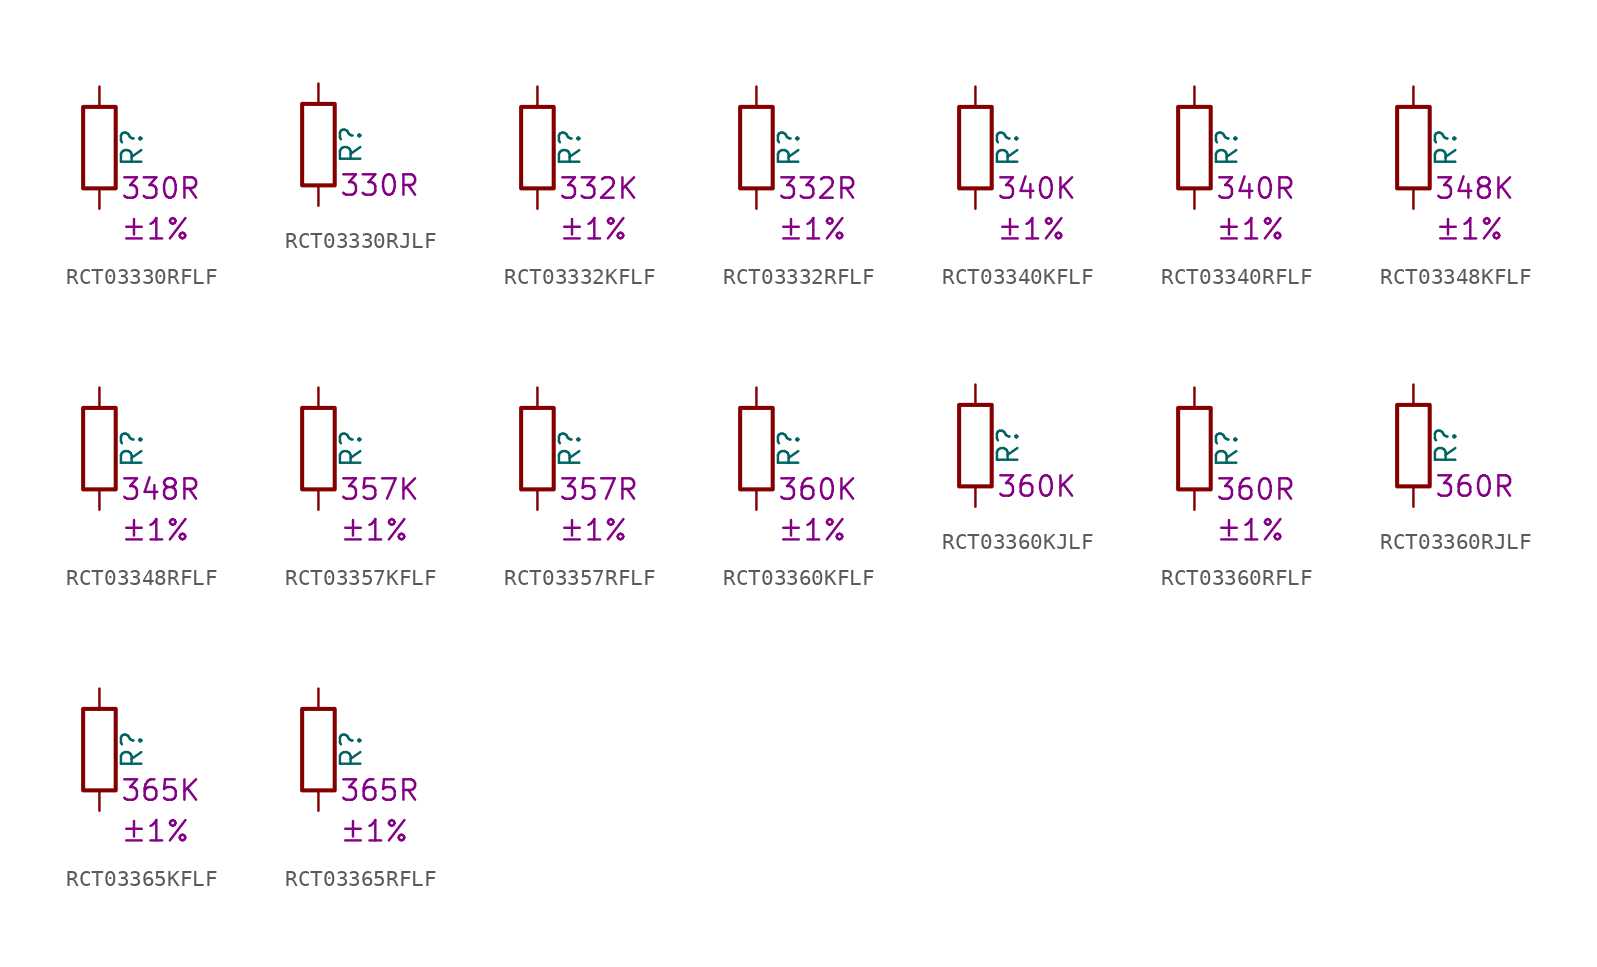
<source format=kicad_sym>
(kicad_symbol_lib
  (version 20220914)
  (generator kicad_symbol_editor)
  (symbol "RCT03330RFLF"
    (pin_numbers hide)
    (pin_names
      (offset 0))
    (property "Reference" "R"
      (at 2.032 0 90)
      (effects (font (size 1.27 1.27))))
    (property "Resistance" "330R"
      (at 1.27 -2.54 0)
      (effects (font (size 1.27 1.27)) (justify left)))
    (property "Tolerance" "±1%"
      (at 1.27 -5.08 0)
      (effects (font (size 1.27 1.27)) (justify left)))
    (symbol "RCT03330RFLF_0_1"
      (rectangle (start -1.016 -2.54) (end 1.016 2.54) (stroke (width 0.254) (type default)) (fill (type none))))
    (symbol "RCT03330RFLF_1_1"
      (pin passive line (at 0 3.81 270) (length 1.27) (name "~" (effects (font (size 1.27 1.27)))) (number "1" (effects (font (size 1.27 1.27)))))
      (pin passive line (at 0 -3.81 90) (length 1.27) (name "~" (effects (font (size 1.27 1.27)))) (number "2" (effects (font (size 1.27 1.27)))))))
  (symbol "RCT03330RJLF"
    (pin_numbers hide)
    (pin_names
      (offset 0))
    (property "Reference" "R"
      (at 2.032 0 90)
      (effects (font (size 1.27 1.27))))
    (property "Resistance" "330R"
      (at 1.27 -2.54 0)
      (effects (font (size 1.27 1.27)) (justify left)))
    (symbol "RCT03330RJLF_0_1"
      (rectangle (start -1.016 -2.54) (end 1.016 2.54) (stroke (width 0.254) (type default)) (fill (type none))))
    (symbol "RCT03330RJLF_1_1"
      (pin passive line (at 0 3.81 270) (length 1.27) (name "~" (effects (font (size 1.27 1.27)))) (number "1" (effects (font (size 1.27 1.27)))))
      (pin passive line (at 0 -3.81 90) (length 1.27) (name "~" (effects (font (size 1.27 1.27)))) (number "2" (effects (font (size 1.27 1.27)))))))
  (symbol "RCT03332KFLF"
    (pin_numbers hide)
    (pin_names
      (offset 0))
    (property "Reference" "R"
      (at 2.032 0 90)
      (effects (font (size 1.27 1.27))))
    (property "Resistance" "332K"
      (at 1.27 -2.54 0)
      (effects (font (size 1.27 1.27)) (justify left)))
    (property "Tolerance" "±1%"
      (at 1.27 -5.08 0)
      (effects (font (size 1.27 1.27)) (justify left)))
    (symbol "RCT03332KFLF_0_1"
      (rectangle (start -1.016 -2.54) (end 1.016 2.54) (stroke (width 0.254) (type default)) (fill (type none))))
    (symbol "RCT03332KFLF_1_1"
      (pin passive line (at 0 3.81 270) (length 1.27) (name "~" (effects (font (size 1.27 1.27)))) (number "1" (effects (font (size 1.27 1.27)))))
      (pin passive line (at 0 -3.81 90) (length 1.27) (name "~" (effects (font (size 1.27 1.27)))) (number "2" (effects (font (size 1.27 1.27)))))))
  (symbol "RCT03332RFLF"
    (pin_numbers hide)
    (pin_names
      (offset 0))
    (property "Reference" "R"
      (at 2.032 0 90)
      (effects (font (size 1.27 1.27))))
    (property "Resistance" "332R"
      (at 1.27 -2.54 0)
      (effects (font (size 1.27 1.27)) (justify left)))
    (property "Tolerance" "±1%"
      (at 1.27 -5.08 0)
      (effects (font (size 1.27 1.27)) (justify left)))
    (symbol "RCT03332RFLF_0_1"
      (rectangle (start -1.016 -2.54) (end 1.016 2.54) (stroke (width 0.254) (type default)) (fill (type none))))
    (symbol "RCT03332RFLF_1_1"
      (pin passive line (at 0 3.81 270) (length 1.27) (name "~" (effects (font (size 1.27 1.27)))) (number "1" (effects (font (size 1.27 1.27)))))
      (pin passive line (at 0 -3.81 90) (length 1.27) (name "~" (effects (font (size 1.27 1.27)))) (number "2" (effects (font (size 1.27 1.27)))))))
  (symbol "RCT03340KFLF"
    (pin_numbers hide)
    (pin_names
      (offset 0))
    (property "Reference" "R"
      (at 2.032 0 90)
      (effects (font (size 1.27 1.27))))
    (property "Resistance" "340K"
      (at 1.27 -2.54 0)
      (effects (font (size 1.27 1.27)) (justify left)))
    (property "Tolerance" "±1%"
      (at 1.27 -5.08 0)
      (effects (font (size 1.27 1.27)) (justify left)))
    (symbol "RCT03340KFLF_0_1"
      (rectangle (start -1.016 -2.54) (end 1.016 2.54) (stroke (width 0.254) (type default)) (fill (type none))))
    (symbol "RCT03340KFLF_1_1"
      (pin passive line (at 0 3.81 270) (length 1.27) (name "~" (effects (font (size 1.27 1.27)))) (number "1" (effects (font (size 1.27 1.27)))))
      (pin passive line (at 0 -3.81 90) (length 1.27) (name "~" (effects (font (size 1.27 1.27)))) (number "2" (effects (font (size 1.27 1.27)))))))
  (symbol "RCT03340RFLF"
    (pin_numbers hide)
    (pin_names
      (offset 0))
    (property "Reference" "R"
      (at 2.032 0 90)
      (effects (font (size 1.27 1.27))))
    (property "Resistance" "340R"
      (at 1.27 -2.54 0)
      (effects (font (size 1.27 1.27)) (justify left)))
    (property "Tolerance" "±1%"
      (at 1.27 -5.08 0)
      (effects (font (size 1.27 1.27)) (justify left)))
    (symbol "RCT03340RFLF_0_1"
      (rectangle (start -1.016 -2.54) (end 1.016 2.54) (stroke (width 0.254) (type default)) (fill (type none))))
    (symbol "RCT03340RFLF_1_1"
      (pin passive line (at 0 3.81 270) (length 1.27) (name "~" (effects (font (size 1.27 1.27)))) (number "1" (effects (font (size 1.27 1.27)))))
      (pin passive line (at 0 -3.81 90) (length 1.27) (name "~" (effects (font (size 1.27 1.27)))) (number "2" (effects (font (size 1.27 1.27)))))))
  (symbol "RCT03348KFLF"
    (pin_numbers hide)
    (pin_names
      (offset 0))
    (property "Reference" "R"
      (at 2.032 0 90)
      (effects (font (size 1.27 1.27))))
    (property "Resistance" "348K"
      (at 1.27 -2.54 0)
      (effects (font (size 1.27 1.27)) (justify left)))
    (property "Tolerance" "±1%"
      (at 1.27 -5.08 0)
      (effects (font (size 1.27 1.27)) (justify left)))
    (symbol "RCT03348KFLF_0_1"
      (rectangle (start -1.016 -2.54) (end 1.016 2.54) (stroke (width 0.254) (type default)) (fill (type none))))
    (symbol "RCT03348KFLF_1_1"
      (pin passive line (at 0 3.81 270) (length 1.27) (name "~" (effects (font (size 1.27 1.27)))) (number "1" (effects (font (size 1.27 1.27)))))
      (pin passive line (at 0 -3.81 90) (length 1.27) (name "~" (effects (font (size 1.27 1.27)))) (number "2" (effects (font (size 1.27 1.27)))))))
  (symbol "RCT03348RFLF"
    (pin_numbers hide)
    (pin_names
      (offset 0))
    (property "Reference" "R"
      (at 2.032 0 90)
      (effects (font (size 1.27 1.27))))
    (property "Resistance" "348R"
      (at 1.27 -2.54 0)
      (effects (font (size 1.27 1.27)) (justify left)))
    (property "Tolerance" "±1%"
      (at 1.27 -5.08 0)
      (effects (font (size 1.27 1.27)) (justify left)))
    (symbol "RCT03348RFLF_0_1"
      (rectangle (start -1.016 -2.54) (end 1.016 2.54) (stroke (width 0.254) (type default)) (fill (type none))))
    (symbol "RCT03348RFLF_1_1"
      (pin passive line (at 0 3.81 270) (length 1.27) (name "~" (effects (font (size 1.27 1.27)))) (number "1" (effects (font (size 1.27 1.27)))))
      (pin passive line (at 0 -3.81 90) (length 1.27) (name "~" (effects (font (size 1.27 1.27)))) (number "2" (effects (font (size 1.27 1.27)))))))
  (symbol "RCT03357KFLF"
    (pin_numbers hide)
    (pin_names
      (offset 0))
    (property "Reference" "R"
      (at 2.032 0 90)
      (effects (font (size 1.27 1.27))))
    (property "Resistance" "357K"
      (at 1.27 -2.54 0)
      (effects (font (size 1.27 1.27)) (justify left)))
    (property "Tolerance" "±1%"
      (at 1.27 -5.08 0)
      (effects (font (size 1.27 1.27)) (justify left)))
    (symbol "RCT03357KFLF_0_1"
      (rectangle (start -1.016 -2.54) (end 1.016 2.54) (stroke (width 0.254) (type default)) (fill (type none))))
    (symbol "RCT03357KFLF_1_1"
      (pin passive line (at 0 3.81 270) (length 1.27) (name "~" (effects (font (size 1.27 1.27)))) (number "1" (effects (font (size 1.27 1.27)))))
      (pin passive line (at 0 -3.81 90) (length 1.27) (name "~" (effects (font (size 1.27 1.27)))) (number "2" (effects (font (size 1.27 1.27)))))))
  (symbol "RCT03357RFLF"
    (pin_numbers hide)
    (pin_names
      (offset 0))
    (property "Reference" "R"
      (at 2.032 0 90)
      (effects (font (size 1.27 1.27))))
    (property "Resistance" "357R"
      (at 1.27 -2.54 0)
      (effects (font (size 1.27 1.27)) (justify left)))
    (property "Tolerance" "±1%"
      (at 1.27 -5.08 0)
      (effects (font (size 1.27 1.27)) (justify left)))
    (symbol "RCT03357RFLF_0_1"
      (rectangle (start -1.016 -2.54) (end 1.016 2.54) (stroke (width 0.254) (type default)) (fill (type none))))
    (symbol "RCT03357RFLF_1_1"
      (pin passive line (at 0 3.81 270) (length 1.27) (name "~" (effects (font (size 1.27 1.27)))) (number "1" (effects (font (size 1.27 1.27)))))
      (pin passive line (at 0 -3.81 90) (length 1.27) (name "~" (effects (font (size 1.27 1.27)))) (number "2" (effects (font (size 1.27 1.27)))))))
  (symbol "RCT03360KFLF"
    (pin_numbers hide)
    (pin_names
      (offset 0))
    (property "Reference" "R"
      (at 2.032 0 90)
      (effects (font (size 1.27 1.27))))
    (property "Resistance" "360K"
      (at 1.27 -2.54 0)
      (effects (font (size 1.27 1.27)) (justify left)))
    (property "Tolerance" "±1%"
      (at 1.27 -5.08 0)
      (effects (font (size 1.27 1.27)) (justify left)))
    (symbol "RCT03360KFLF_0_1"
      (rectangle (start -1.016 -2.54) (end 1.016 2.54) (stroke (width 0.254) (type default)) (fill (type none))))
    (symbol "RCT03360KFLF_1_1"
      (pin passive line (at 0 3.81 270) (length 1.27) (name "~" (effects (font (size 1.27 1.27)))) (number "1" (effects (font (size 1.27 1.27)))))
      (pin passive line (at 0 -3.81 90) (length 1.27) (name "~" (effects (font (size 1.27 1.27)))) (number "2" (effects (font (size 1.27 1.27)))))))
  (symbol "RCT03360KJLF"
    (pin_numbers hide)
    (pin_names
      (offset 0))
    (property "Reference" "R"
      (at 2.032 0 90)
      (effects (font (size 1.27 1.27))))
    (property "Resistance" "360K"
      (at 1.27 -2.54 0)
      (effects (font (size 1.27 1.27)) (justify left)))
    (symbol "RCT03360KJLF_0_1"
      (rectangle (start -1.016 -2.54) (end 1.016 2.54) (stroke (width 0.254) (type default)) (fill (type none))))
    (symbol "RCT03360KJLF_1_1"
      (pin passive line (at 0 3.81 270) (length 1.27) (name "~" (effects (font (size 1.27 1.27)))) (number "1" (effects (font (size 1.27 1.27)))))
      (pin passive line (at 0 -3.81 90) (length 1.27) (name "~" (effects (font (size 1.27 1.27)))) (number "2" (effects (font (size 1.27 1.27)))))))
  (symbol "RCT03360RFLF"
    (pin_numbers hide)
    (pin_names
      (offset 0))
    (property "Reference" "R"
      (at 2.032 0 90)
      (effects (font (size 1.27 1.27))))
    (property "Resistance" "360R"
      (at 1.27 -2.54 0)
      (effects (font (size 1.27 1.27)) (justify left)))
    (property "Tolerance" "±1%"
      (at 1.27 -5.08 0)
      (effects (font (size 1.27 1.27)) (justify left)))
    (symbol "RCT03360RFLF_0_1"
      (rectangle (start -1.016 -2.54) (end 1.016 2.54) (stroke (width 0.254) (type default)) (fill (type none))))
    (symbol "RCT03360RFLF_1_1"
      (pin passive line (at 0 3.81 270) (length 1.27) (name "~" (effects (font (size 1.27 1.27)))) (number "1" (effects (font (size 1.27 1.27)))))
      (pin passive line (at 0 -3.81 90) (length 1.27) (name "~" (effects (font (size 1.27 1.27)))) (number "2" (effects (font (size 1.27 1.27)))))))
  (symbol "RCT03360RJLF"
    (pin_numbers hide)
    (pin_names
      (offset 0))
    (property "Reference" "R"
      (at 2.032 0 90)
      (effects (font (size 1.27 1.27))))
    (property "Resistance" "360R"
      (at 1.27 -2.54 0)
      (effects (font (size 1.27 1.27)) (justify left)))
    (symbol "RCT03360RJLF_0_1"
      (rectangle (start -1.016 -2.54) (end 1.016 2.54) (stroke (width 0.254) (type default)) (fill (type none))))
    (symbol "RCT03360RJLF_1_1"
      (pin passive line (at 0 3.81 270) (length 1.27) (name "~" (effects (font (size 1.27 1.27)))) (number "1" (effects (font (size 1.27 1.27)))))
      (pin passive line (at 0 -3.81 90) (length 1.27) (name "~" (effects (font (size 1.27 1.27)))) (number "2" (effects (font (size 1.27 1.27)))))))
  (symbol "RCT03365KFLF"
    (pin_numbers hide)
    (pin_names
      (offset 0))
    (property "Reference" "R"
      (at 2.032 0 90)
      (effects (font (size 1.27 1.27))))
    (property "Resistance" "365K"
      (at 1.27 -2.54 0)
      (effects (font (size 1.27 1.27)) (justify left)))
    (property "Tolerance" "±1%"
      (at 1.27 -5.08 0)
      (effects (font (size 1.27 1.27)) (justify left)))
    (symbol "RCT03365KFLF_0_1"
      (rectangle (start -1.016 -2.54) (end 1.016 2.54) (stroke (width 0.254) (type default)) (fill (type none))))
    (symbol "RCT03365KFLF_1_1"
      (pin passive line (at 0 3.81 270) (length 1.27) (name "~" (effects (font (size 1.27 1.27)))) (number "1" (effects (font (size 1.27 1.27)))))
      (pin passive line (at 0 -3.81 90) (length 1.27) (name "~" (effects (font (size 1.27 1.27)))) (number "2" (effects (font (size 1.27 1.27)))))))
  (symbol "RCT03365RFLF"
    (pin_numbers hide)
    (pin_names
      (offset 0))
    (property "Reference" "R"
      (at 2.032 0 90)
      (effects (font (size 1.27 1.27))))
    (property "Resistance" "365R"
      (at 1.27 -2.54 0)
      (effects (font (size 1.27 1.27)) (justify left)))
    (property "Tolerance" "±1%"
      (at 1.27 -5.08 0)
      (effects (font (size 1.27 1.27)) (justify left)))
    (symbol "RCT03365RFLF_0_1"
      (rectangle (start -1.016 -2.54) (end 1.016 2.54) (stroke (width 0.254) (type default)) (fill (type none))))
    (symbol "RCT03365RFLF_1_1"
      (pin passive line (at 0 3.81 270) (length 1.27) (name "~" (effects (font (size 1.27 1.27)))) (number "1" (effects (font (size 1.27 1.27)))))
      (pin passive line (at 0 -3.81 90) (length 1.27) (name "~" (effects (font (size 1.27 1.27)))) (number "2" (effects (font (size 1.27 1.27))))))))
</source>
